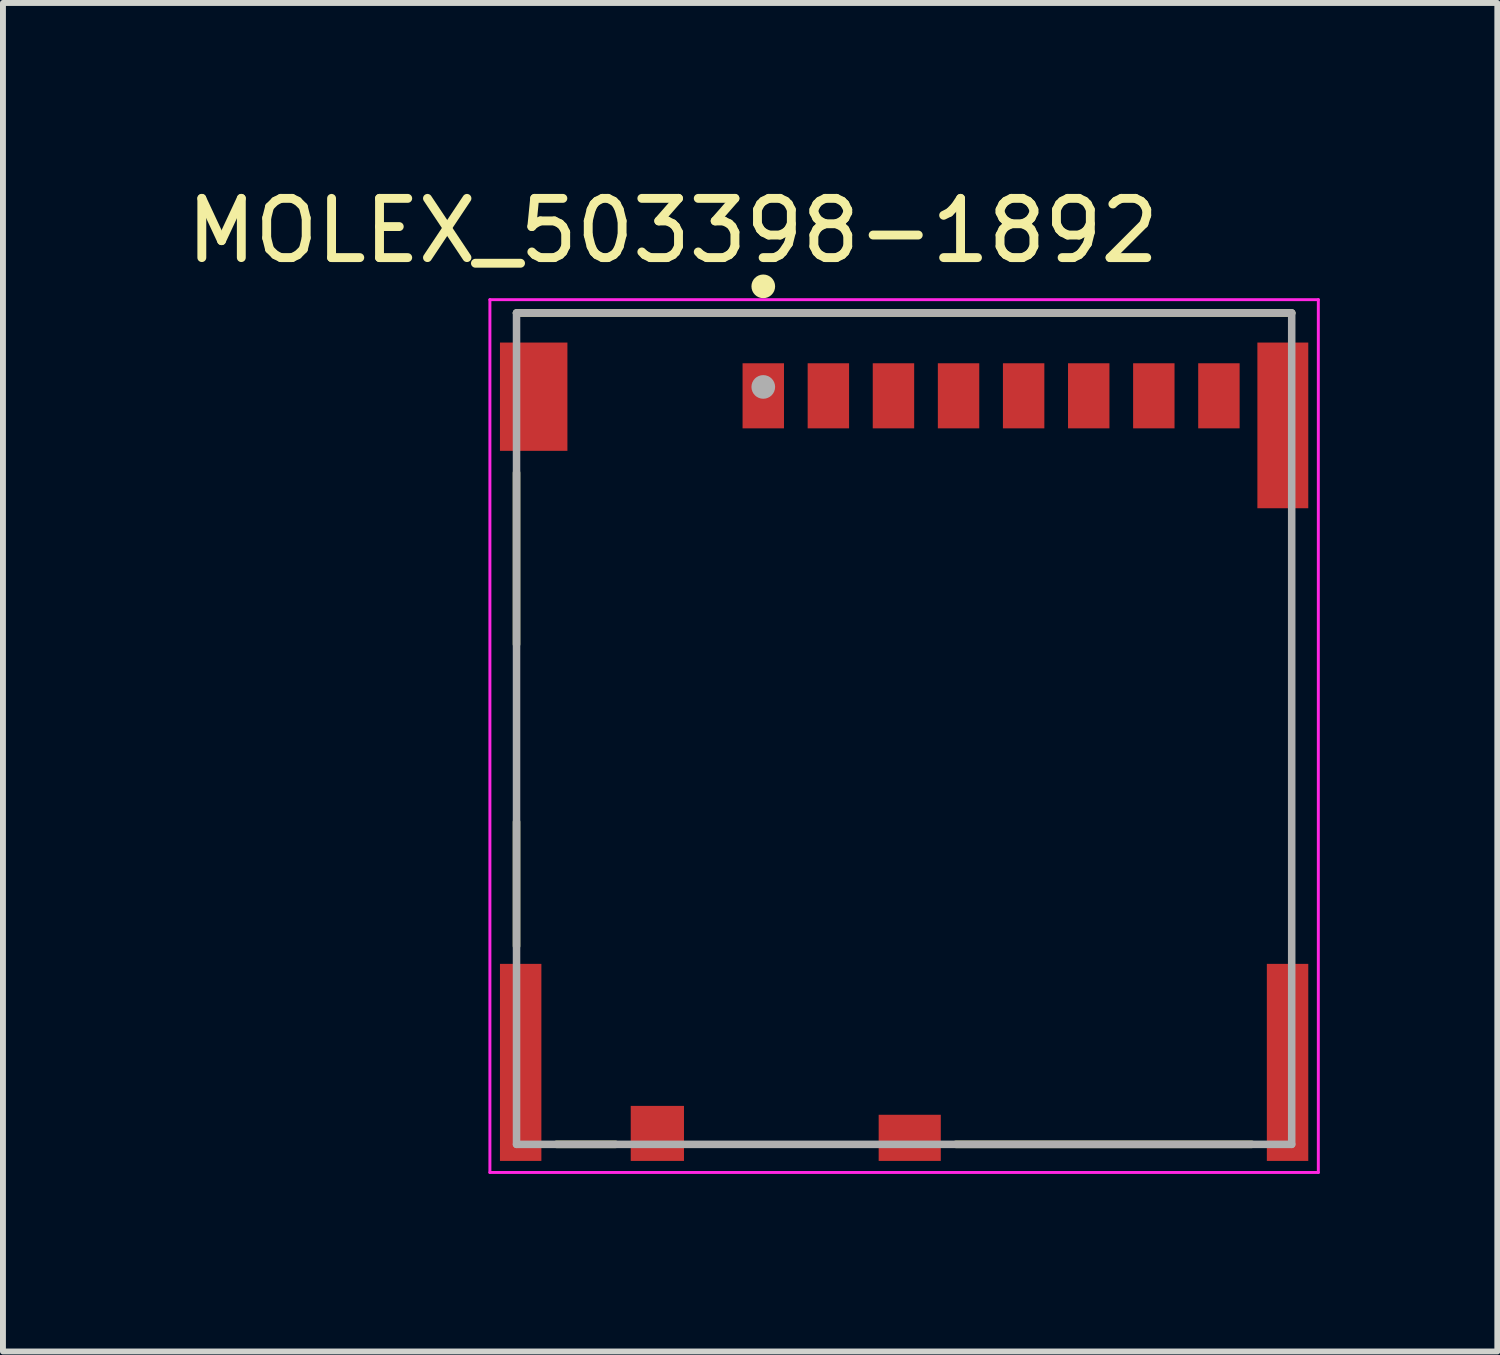
<source format=kicad_pcb>
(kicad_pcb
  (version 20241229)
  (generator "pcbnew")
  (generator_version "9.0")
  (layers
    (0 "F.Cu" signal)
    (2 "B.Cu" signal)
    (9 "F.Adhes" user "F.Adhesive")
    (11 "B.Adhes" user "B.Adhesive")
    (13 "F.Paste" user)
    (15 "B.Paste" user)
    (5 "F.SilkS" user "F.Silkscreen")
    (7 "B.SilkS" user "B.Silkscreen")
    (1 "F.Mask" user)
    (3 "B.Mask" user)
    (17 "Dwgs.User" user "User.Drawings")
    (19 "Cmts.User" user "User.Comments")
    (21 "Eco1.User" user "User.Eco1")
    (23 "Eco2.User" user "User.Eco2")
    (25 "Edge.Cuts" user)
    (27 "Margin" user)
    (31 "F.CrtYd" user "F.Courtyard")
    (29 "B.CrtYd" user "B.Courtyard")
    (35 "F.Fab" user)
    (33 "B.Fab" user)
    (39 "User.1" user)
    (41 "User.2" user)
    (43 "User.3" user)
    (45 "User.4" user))
  (footprint "MOLEX_503398-1892"
    (layer "F.Cu")
    (at 12.229 9.264)
    (property "Reference" "MOLEX_503398-1892" (at -3.908 -8.416 0) (layer "F.SilkS") (effects (font (size 1.001 1.001) (thickness 0.15))))
    (attr smd)
    (fp_line (start -6.55 -7.025) (end 6.55 -7.025) (stroke (width 0.127) (type solid)) (layer "F.SilkS"))
    (fp_line (start -6.55 -4.325) (end -6.55 -1.425) (stroke (width 0.127) (type solid)) (layer "F.SilkS"))
    (fp_line (start -6.55 1.575) (end -6.55 3.675) (stroke (width 0.127) (type solid)) (layer "F.SilkS"))
    (fp_line (start -5.876 7.025) (end -4.874 7.025) (stroke (width 0.127) (type solid)) (layer "F.SilkS"))
    (fp_line (start 0.874 7.025) (end 5.876 7.025) (stroke (width 0.127) (type solid)) (layer "F.SilkS"))
    (fp_circle (center -2.38 -7.475) (end -2.28 -7.475) (stroke (width 0.2) (type solid)) (fill no) (layer "F.SilkS"))
    (fp_line (start -7 -7.25) (end 7 -7.25) (stroke (width 0.05) (type solid)) (layer "F.CrtYd"))
    (fp_line (start -7 7.5) (end -7 -7.25) (stroke (width 0.05) (type solid)) (layer "F.CrtYd"))
    (fp_line (start 7 -7.25) (end 7 7.5) (stroke (width 0.05) (type solid)) (layer "F.CrtYd"))
    (fp_line (start 7 7.5) (end -7 7.5) (stroke (width 0.05) (type solid)) (layer "F.CrtYd"))
    (fp_line (start -6.55 -7.025) (end 6.55 -7.025) (stroke (width 0.127) (type solid)) (layer "F.Fab"))
    (fp_line (start -6.55 7.025) (end -6.55 -7.025) (stroke (width 0.127) (type solid)) (layer "F.Fab"))
    (fp_line (start 6.55 -7.025) (end 6.55 7.025) (stroke (width 0.127) (type solid)) (layer "F.Fab"))
    (fp_line (start 6.55 7.025) (end -6.55 7.025) (stroke (width 0.127) (type solid)) (layer "F.Fab"))
    (fp_circle (center -2.38 -5.775) (end -2.28 -5.775) (stroke (width 0.2) (type solid)) (fill no) (layer "F.Fab"))
    (pad "1" smd rect (at -2.38 -5.625) (size 0.7 1.1) (layers "F.Cu" "F.Mask" "F.Paste"))
    (pad "2" smd rect (at -1.28 -5.625) (size 0.7 1.1) (layers "F.Cu" "F.Mask" "F.Paste"))
    (pad "3" smd rect (at -0.18 -5.625) (size 0.7 1.1) (layers "F.Cu" "F.Mask" "F.Paste"))
    (pad "4" smd rect (at 0.92 -5.625) (size 0.7 1.1) (layers "F.Cu" "F.Mask" "F.Paste"))
    (pad "5" smd rect (at 2.02 -5.625) (size 0.7 1.1) (layers "F.Cu" "F.Mask" "F.Paste"))
    (pad "6" smd rect (at 3.12 -5.625) (size 0.7 1.1) (layers "F.Cu" "F.Mask" "F.Paste"))
    (pad "7" smd rect (at 4.22 -5.625) (size 0.7 1.1) (layers "F.Cu" "F.Mask" "F.Paste"))
    (pad "8" smd rect (at 5.32 -5.625) (size 0.7 1.1) (layers "F.Cu" "F.Mask" "F.Paste"))
    (pad "9" smd rect (at -4.17 6.84) (size 0.9 0.93) (layers "F.Cu" "F.Mask" "F.Paste"))
    (pad "10" smd rect (at 0.095 6.915) (size 1.05 0.78) (layers "F.Cu" "F.Mask" "F.Paste"))
    (pad "P1" smd rect (at -6.26 -5.61) (size 1.14 1.83) (layers "F.Cu" "F.Mask" "F.Paste"))
    (pad "P2" smd rect (at 6.4 -5.125) (size 0.86 2.8) (layers "F.Cu" "F.Mask" "F.Paste"))
    (pad "P3" smd rect (at -6.48 5.64) (size 0.7 3.33) (layers "F.Cu" "F.Mask" "F.Paste"))
    (pad "P4" smd rect (at 6.48 5.64) (size 0.7 3.33) (layers "F.Cu" "F.Mask" "F.Paste"))
    (zone (net_name "") (layer "F.Cu") (hatch full 0.508) (connect_pads) (min_thickness 0.01) (filled_areas_thickness no) (keepout (tracks not_allowed) (vias not_allowed) (pads not_allowed) (copperpour not_allowed) (footprints allowed)) (placement (enabled no)) (fill) (polygon (pts (xy 5.392 8.139) (xy 6.099 8.139) (xy 6.099 10.541) (xy 5.392 10.541))))
    (zone (net_name "") (layer "F.Cu") (hatch full 0.508) (connect_pads) (min_thickness 0.01) (filled_areas_thickness no) (keepout (tracks not_allowed) (vias not_allowed) (pads not_allowed) (copperpour not_allowed) (footprints allowed)) (placement (enabled no)) (fill) (polygon (pts (xy 6.983 13.839) (xy 7.544 13.839) (xy 7.544 16.003) (xy 6.983 16.003))))
    (zone (net_name "") (layer "F.Cu") (hatch full 0.508) (connect_pads) (min_thickness 0.01) (filled_areas_thickness no) (keepout (tracks not_allowed) (vias not_allowed) (pads not_allowed) (copperpour not_allowed) (footprints allowed)) (placement (enabled no)) (fill) (polygon (pts (xy 9.006 15.639) (xy 9.559 15.639) (xy 9.559 16.195) (xy 9.006 16.195))))
    (zone (net_name "") (layers "F.Cu" "B.Cu") (hatch full 0.508) (connect_pads) (min_thickness 0.01) (filled_areas_thickness no) (keepout (tracks allowed) (vias not_allowed) (pads allowed) (copperpour allowed) (footprints allowed)) (placement (enabled no)) (fill) (polygon (pts (xy 5.387 8.139) (xy 6.099 8.139) (xy 6.099 10.542) (xy 5.387 10.542))))
    (zone (net_name "") (layers "F.Cu" "B.Cu") (hatch full 0.508) (connect_pads) (min_thickness 0.01) (filled_areas_thickness no) (keepout (tracks allowed) (vias not_allowed) (pads allowed) (copperpour allowed) (footprints allowed)) (placement (enabled no)) (fill) (polygon (pts (xy 6.99 13.839) (xy 7.544 13.839) (xy 7.544 15.994) (xy 6.99 15.994))))
    (zone (net_name "") (layers "F.Cu" "B.Cu") (hatch full 0.508) (connect_pads) (min_thickness 0.01) (filled_areas_thickness no) (keepout (tracks allowed) (vias not_allowed) (pads allowed) (copperpour allowed) (footprints allowed)) (placement (enabled no)) (fill) (polygon (pts (xy 9.003 15.639) (xy 9.559 15.639) (xy 9.559 16.201) (xy 9.003 16.201)))))
  (gr_rect
    (start -3 -3)
    (end 22.254 19.789)
    (stroke (width 0.1) (type default))
    (fill no)
    (layer "Edge.Cuts")))
</source>
